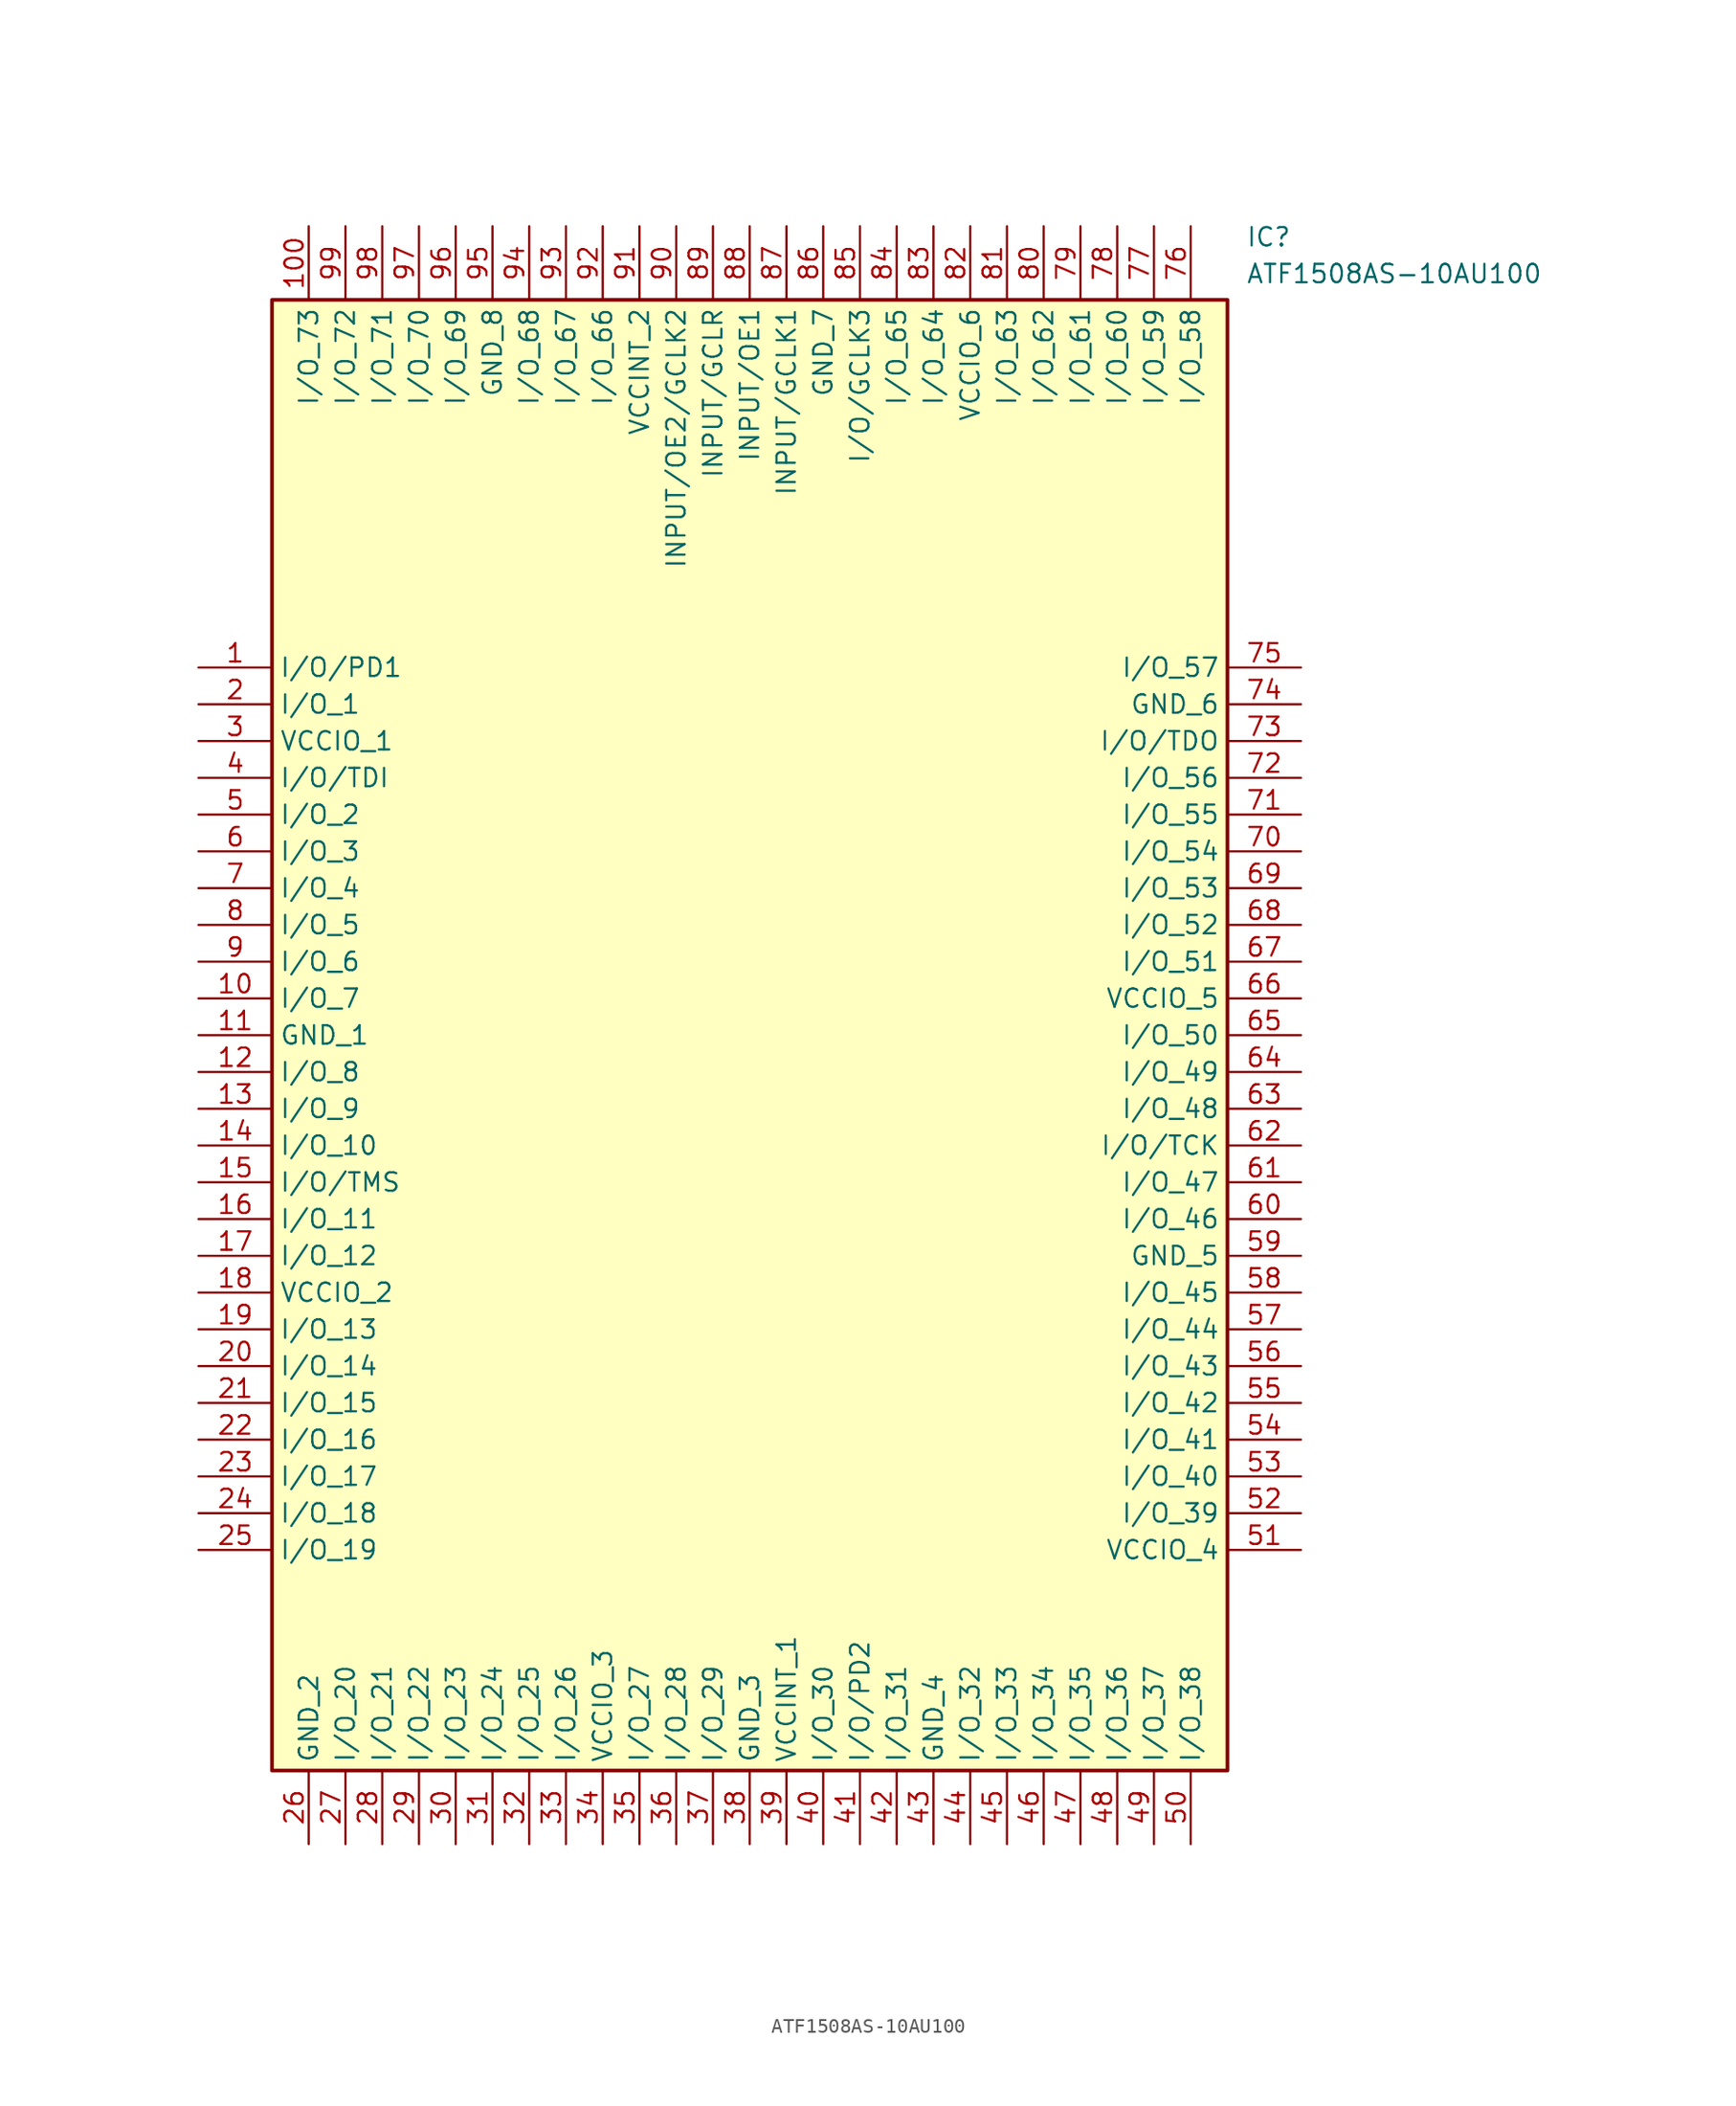
<source format=kicad_sym>
(kicad_symbol_lib
  (version 20211014)
  (generator SamacSys_ECAD_Model)
  (symbol "ATF1508AS-10AU100"
    (property "Reference" "IC"
      (at 72.39 30.48 0)
      (effects (font (size 1.27 1.27)) (justify left top)))
    (property "Value" "ATF1508AS-10AU100"
      (at 72.39 27.94 0)
      (effects (font (size 1.27 1.27)) (justify left top)))
    (rectangle
      (start 5.08 25.4)
      (end 71.12 -76.2)
      (stroke (width 0.254) (type default))
      (fill (type background)))
    (pin passive line
      (at 0 0 0)
      (length 5.08)
      (name "I/O/PD1" (effects (font (size 1.27 1.27))))
      (number "1" (effects (font (size 1.27 1.27)))))
    (pin passive line
      (at 0 -2.54 0)
      (length 5.08)
      (name "I/O_1" (effects (font (size 1.27 1.27))))
      (number "2" (effects (font (size 1.27 1.27)))))
    (pin passive line
      (at 0 -5.08 0)
      (length 5.08)
      (name "VCCIO_1" (effects (font (size 1.27 1.27))))
      (number "3" (effects (font (size 1.27 1.27)))))
    (pin passive line
      (at 0 -7.62 0)
      (length 5.08)
      (name "I/O/TDI" (effects (font (size 1.27 1.27))))
      (number "4" (effects (font (size 1.27 1.27)))))
    (pin passive line
      (at 0 -10.16 0)
      (length 5.08)
      (name "I/O_2" (effects (font (size 1.27 1.27))))
      (number "5" (effects (font (size 1.27 1.27)))))
    (pin passive line
      (at 0 -12.7 0)
      (length 5.08)
      (name "I/O_3" (effects (font (size 1.27 1.27))))
      (number "6" (effects (font (size 1.27 1.27)))))
    (pin passive line
      (at 0 -15.24 0)
      (length 5.08)
      (name "I/O_4" (effects (font (size 1.27 1.27))))
      (number "7" (effects (font (size 1.27 1.27)))))
    (pin passive line
      (at 0 -17.78 0)
      (length 5.08)
      (name "I/O_5" (effects (font (size 1.27 1.27))))
      (number "8" (effects (font (size 1.27 1.27)))))
    (pin passive line
      (at 0 -20.32 0)
      (length 5.08)
      (name "I/O_6" (effects (font (size 1.27 1.27))))
      (number "9" (effects (font (size 1.27 1.27)))))
    (pin passive line
      (at 0 -22.86 0)
      (length 5.08)
      (name "I/O_7" (effects (font (size 1.27 1.27))))
      (number "10" (effects (font (size 1.27 1.27)))))
    (pin passive line
      (at 0 -25.4 0)
      (length 5.08)
      (name "GND_1" (effects (font (size 1.27 1.27))))
      (number "11" (effects (font (size 1.27 1.27)))))
    (pin passive line
      (at 0 -27.94 0)
      (length 5.08)
      (name "I/O_8" (effects (font (size 1.27 1.27))))
      (number "12" (effects (font (size 1.27 1.27)))))
    (pin passive line
      (at 0 -30.48 0)
      (length 5.08)
      (name "I/O_9" (effects (font (size 1.27 1.27))))
      (number "13" (effects (font (size 1.27 1.27)))))
    (pin passive line
      (at 0 -33.02 0)
      (length 5.08)
      (name "I/O_10" (effects (font (size 1.27 1.27))))
      (number "14" (effects (font (size 1.27 1.27)))))
    (pin passive line
      (at 0 -35.56 0)
      (length 5.08)
      (name "I/O/TMS" (effects (font (size 1.27 1.27))))
      (number "15" (effects (font (size 1.27 1.27)))))
    (pin passive line
      (at 0 -38.1 0)
      (length 5.08)
      (name "I/O_11" (effects (font (size 1.27 1.27))))
      (number "16" (effects (font (size 1.27 1.27)))))
    (pin passive line
      (at 0 -40.64 0)
      (length 5.08)
      (name "I/O_12" (effects (font (size 1.27 1.27))))
      (number "17" (effects (font (size 1.27 1.27)))))
    (pin passive line
      (at 0 -43.18 0)
      (length 5.08)
      (name "VCCIO_2" (effects (font (size 1.27 1.27))))
      (number "18" (effects (font (size 1.27 1.27)))))
    (pin passive line
      (at 0 -45.72 0)
      (length 5.08)
      (name "I/O_13" (effects (font (size 1.27 1.27))))
      (number "19" (effects (font (size 1.27 1.27)))))
    (pin passive line
      (at 0 -48.26 0)
      (length 5.08)
      (name "I/O_14" (effects (font (size 1.27 1.27))))
      (number "20" (effects (font (size 1.27 1.27)))))
    (pin passive line
      (at 0 -50.8 0)
      (length 5.08)
      (name "I/O_15" (effects (font (size 1.27 1.27))))
      (number "21" (effects (font (size 1.27 1.27)))))
    (pin passive line
      (at 0 -53.34 0)
      (length 5.08)
      (name "I/O_16" (effects (font (size 1.27 1.27))))
      (number "22" (effects (font (size 1.27 1.27)))))
    (pin passive line
      (at 0 -55.88 0)
      (length 5.08)
      (name "I/O_17" (effects (font (size 1.27 1.27))))
      (number "23" (effects (font (size 1.27 1.27)))))
    (pin passive line
      (at 0 -58.42 0)
      (length 5.08)
      (name "I/O_18" (effects (font (size 1.27 1.27))))
      (number "24" (effects (font (size 1.27 1.27)))))
    (pin passive line
      (at 0 -60.96 0)
      (length 5.08)
      (name "I/O_19" (effects (font (size 1.27 1.27))))
      (number "25" (effects (font (size 1.27 1.27)))))
    (pin passive line
      (at 7.62 -81.28 90)
      (length 5.08)
      (name "GND_2" (effects (font (size 1.27 1.27))))
      (number "26" (effects (font (size 1.27 1.27)))))
    (pin passive line
      (at 10.16 -81.28 90)
      (length 5.08)
      (name "I/O_20" (effects (font (size 1.27 1.27))))
      (number "27" (effects (font (size 1.27 1.27)))))
    (pin passive line
      (at 12.7 -81.28 90)
      (length 5.08)
      (name "I/O_21" (effects (font (size 1.27 1.27))))
      (number "28" (effects (font (size 1.27 1.27)))))
    (pin passive line
      (at 15.24 -81.28 90)
      (length 5.08)
      (name "I/O_22" (effects (font (size 1.27 1.27))))
      (number "29" (effects (font (size 1.27 1.27)))))
    (pin passive line
      (at 17.78 -81.28 90)
      (length 5.08)
      (name "I/O_23" (effects (font (size 1.27 1.27))))
      (number "30" (effects (font (size 1.27 1.27)))))
    (pin passive line
      (at 20.32 -81.28 90)
      (length 5.08)
      (name "I/O_24" (effects (font (size 1.27 1.27))))
      (number "31" (effects (font (size 1.27 1.27)))))
    (pin passive line
      (at 22.86 -81.28 90)
      (length 5.08)
      (name "I/O_25" (effects (font (size 1.27 1.27))))
      (number "32" (effects (font (size 1.27 1.27)))))
    (pin passive line
      (at 25.4 -81.28 90)
      (length 5.08)
      (name "I/O_26" (effects (font (size 1.27 1.27))))
      (number "33" (effects (font (size 1.27 1.27)))))
    (pin passive line
      (at 27.94 -81.28 90)
      (length 5.08)
      (name "VCCIO_3" (effects (font (size 1.27 1.27))))
      (number "34" (effects (font (size 1.27 1.27)))))
    (pin passive line
      (at 30.48 -81.28 90)
      (length 5.08)
      (name "I/O_27" (effects (font (size 1.27 1.27))))
      (number "35" (effects (font (size 1.27 1.27)))))
    (pin passive line
      (at 33.02 -81.28 90)
      (length 5.08)
      (name "I/O_28" (effects (font (size 1.27 1.27))))
      (number "36" (effects (font (size 1.27 1.27)))))
    (pin passive line
      (at 35.56 -81.28 90)
      (length 5.08)
      (name "I/O_29" (effects (font (size 1.27 1.27))))
      (number "37" (effects (font (size 1.27 1.27)))))
    (pin passive line
      (at 38.1 -81.28 90)
      (length 5.08)
      (name "GND_3" (effects (font (size 1.27 1.27))))
      (number "38" (effects (font (size 1.27 1.27)))))
    (pin passive line
      (at 40.64 -81.28 90)
      (length 5.08)
      (name "VCCINT_1" (effects (font (size 1.27 1.27))))
      (number "39" (effects (font (size 1.27 1.27)))))
    (pin passive line
      (at 43.18 -81.28 90)
      (length 5.08)
      (name "I/O_30" (effects (font (size 1.27 1.27))))
      (number "40" (effects (font (size 1.27 1.27)))))
    (pin passive line
      (at 45.72 -81.28 90)
      (length 5.08)
      (name "I/O/PD2" (effects (font (size 1.27 1.27))))
      (number "41" (effects (font (size 1.27 1.27)))))
    (pin passive line
      (at 48.26 -81.28 90)
      (length 5.08)
      (name "I/O_31" (effects (font (size 1.27 1.27))))
      (number "42" (effects (font (size 1.27 1.27)))))
    (pin passive line
      (at 50.8 -81.28 90)
      (length 5.08)
      (name "GND_4" (effects (font (size 1.27 1.27))))
      (number "43" (effects (font (size 1.27 1.27)))))
    (pin passive line
      (at 53.34 -81.28 90)
      (length 5.08)
      (name "I/O_32" (effects (font (size 1.27 1.27))))
      (number "44" (effects (font (size 1.27 1.27)))))
    (pin passive line
      (at 55.88 -81.28 90)
      (length 5.08)
      (name "I/O_33" (effects (font (size 1.27 1.27))))
      (number "45" (effects (font (size 1.27 1.27)))))
    (pin passive line
      (at 58.42 -81.28 90)
      (length 5.08)
      (name "I/O_34" (effects (font (size 1.27 1.27))))
      (number "46" (effects (font (size 1.27 1.27)))))
    (pin passive line
      (at 60.96 -81.28 90)
      (length 5.08)
      (name "I/O_35" (effects (font (size 1.27 1.27))))
      (number "47" (effects (font (size 1.27 1.27)))))
    (pin passive line
      (at 63.5 -81.28 90)
      (length 5.08)
      (name "I/O_36" (effects (font (size 1.27 1.27))))
      (number "48" (effects (font (size 1.27 1.27)))))
    (pin passive line
      (at 66.04 -81.28 90)
      (length 5.08)
      (name "I/O_37" (effects (font (size 1.27 1.27))))
      (number "49" (effects (font (size 1.27 1.27)))))
    (pin passive line
      (at 68.58 -81.28 90)
      (length 5.08)
      (name "I/O_38" (effects (font (size 1.27 1.27))))
      (number "50" (effects (font (size 1.27 1.27)))))
    (pin passive line
      (at 76.2 0 180)
      (length 5.08)
      (name "I/O_57" (effects (font (size 1.27 1.27))))
      (number "75" (effects (font (size 1.27 1.27)))))
    (pin passive line
      (at 76.2 -2.54 180)
      (length 5.08)
      (name "GND_6" (effects (font (size 1.27 1.27))))
      (number "74" (effects (font (size 1.27 1.27)))))
    (pin passive line
      (at 76.2 -5.08 180)
      (length 5.08)
      (name "I/O/TDO" (effects (font (size 1.27 1.27))))
      (number "73" (effects (font (size 1.27 1.27)))))
    (pin passive line
      (at 76.2 -7.62 180)
      (length 5.08)
      (name "I/O_56" (effects (font (size 1.27 1.27))))
      (number "72" (effects (font (size 1.27 1.27)))))
    (pin passive line
      (at 76.2 -10.16 180)
      (length 5.08)
      (name "I/O_55" (effects (font (size 1.27 1.27))))
      (number "71" (effects (font (size 1.27 1.27)))))
    (pin passive line
      (at 76.2 -12.7 180)
      (length 5.08)
      (name "I/O_54" (effects (font (size 1.27 1.27))))
      (number "70" (effects (font (size 1.27 1.27)))))
    (pin passive line
      (at 76.2 -15.24 180)
      (length 5.08)
      (name "I/O_53" (effects (font (size 1.27 1.27))))
      (number "69" (effects (font (size 1.27 1.27)))))
    (pin passive line
      (at 76.2 -17.78 180)
      (length 5.08)
      (name "I/O_52" (effects (font (size 1.27 1.27))))
      (number "68" (effects (font (size 1.27 1.27)))))
    (pin passive line
      (at 76.2 -20.32 180)
      (length 5.08)
      (name "I/O_51" (effects (font (size 1.27 1.27))))
      (number "67" (effects (font (size 1.27 1.27)))))
    (pin passive line
      (at 76.2 -22.86 180)
      (length 5.08)
      (name "VCCIO_5" (effects (font (size 1.27 1.27))))
      (number "66" (effects (font (size 1.27 1.27)))))
    (pin passive line
      (at 76.2 -25.4 180)
      (length 5.08)
      (name "I/O_50" (effects (font (size 1.27 1.27))))
      (number "65" (effects (font (size 1.27 1.27)))))
    (pin passive line
      (at 76.2 -27.94 180)
      (length 5.08)
      (name "I/O_49" (effects (font (size 1.27 1.27))))
      (number "64" (effects (font (size 1.27 1.27)))))
    (pin passive line
      (at 76.2 -30.48 180)
      (length 5.08)
      (name "I/O_48" (effects (font (size 1.27 1.27))))
      (number "63" (effects (font (size 1.27 1.27)))))
    (pin passive line
      (at 76.2 -33.02 180)
      (length 5.08)
      (name "I/O/TCK" (effects (font (size 1.27 1.27))))
      (number "62" (effects (font (size 1.27 1.27)))))
    (pin passive line
      (at 76.2 -35.56 180)
      (length 5.08)
      (name "I/O_47" (effects (font (size 1.27 1.27))))
      (number "61" (effects (font (size 1.27 1.27)))))
    (pin passive line
      (at 76.2 -38.1 180)
      (length 5.08)
      (name "I/O_46" (effects (font (size 1.27 1.27))))
      (number "60" (effects (font (size 1.27 1.27)))))
    (pin passive line
      (at 76.2 -40.64 180)
      (length 5.08)
      (name "GND_5" (effects (font (size 1.27 1.27))))
      (number "59" (effects (font (size 1.27 1.27)))))
    (pin passive line
      (at 76.2 -43.18 180)
      (length 5.08)
      (name "I/O_45" (effects (font (size 1.27 1.27))))
      (number "58" (effects (font (size 1.27 1.27)))))
    (pin passive line
      (at 76.2 -45.72 180)
      (length 5.08)
      (name "I/O_44" (effects (font (size 1.27 1.27))))
      (number "57" (effects (font (size 1.27 1.27)))))
    (pin passive line
      (at 76.2 -48.26 180)
      (length 5.08)
      (name "I/O_43" (effects (font (size 1.27 1.27))))
      (number "56" (effects (font (size 1.27 1.27)))))
    (pin passive line
      (at 76.2 -50.8 180)
      (length 5.08)
      (name "I/O_42" (effects (font (size 1.27 1.27))))
      (number "55" (effects (font (size 1.27 1.27)))))
    (pin passive line
      (at 76.2 -53.34 180)
      (length 5.08)
      (name "I/O_41" (effects (font (size 1.27 1.27))))
      (number "54" (effects (font (size 1.27 1.27)))))
    (pin passive line
      (at 76.2 -55.88 180)
      (length 5.08)
      (name "I/O_40" (effects (font (size 1.27 1.27))))
      (number "53" (effects (font (size 1.27 1.27)))))
    (pin passive line
      (at 76.2 -58.42 180)
      (length 5.08)
      (name "I/O_39" (effects (font (size 1.27 1.27))))
      (number "52" (effects (font (size 1.27 1.27)))))
    (pin passive line
      (at 76.2 -60.96 180)
      (length 5.08)
      (name "VCCIO_4" (effects (font (size 1.27 1.27))))
      (number "51" (effects (font (size 1.27 1.27)))))
    (pin passive line
      (at 7.62 30.48 270)
      (length 5.08)
      (name "I/O_73" (effects (font (size 1.27 1.27))))
      (number "100" (effects (font (size 1.27 1.27)))))
    (pin passive line
      (at 10.16 30.48 270)
      (length 5.08)
      (name "I/O_72" (effects (font (size 1.27 1.27))))
      (number "99" (effects (font (size 1.27 1.27)))))
    (pin passive line
      (at 12.7 30.48 270)
      (length 5.08)
      (name "I/O_71" (effects (font (size 1.27 1.27))))
      (number "98" (effects (font (size 1.27 1.27)))))
    (pin passive line
      (at 15.24 30.48 270)
      (length 5.08)
      (name "I/O_70" (effects (font (size 1.27 1.27))))
      (number "97" (effects (font (size 1.27 1.27)))))
    (pin passive line
      (at 17.78 30.48 270)
      (length 5.08)
      (name "I/O_69" (effects (font (size 1.27 1.27))))
      (number "96" (effects (font (size 1.27 1.27)))))
    (pin passive line
      (at 20.32 30.48 270)
      (length 5.08)
      (name "GND_8" (effects (font (size 1.27 1.27))))
      (number "95" (effects (font (size 1.27 1.27)))))
    (pin passive line
      (at 22.86 30.48 270)
      (length 5.08)
      (name "I/O_68" (effects (font (size 1.27 1.27))))
      (number "94" (effects (font (size 1.27 1.27)))))
    (pin passive line
      (at 25.4 30.48 270)
      (length 5.08)
      (name "I/O_67" (effects (font (size 1.27 1.27))))
      (number "93" (effects (font (size 1.27 1.27)))))
    (pin passive line
      (at 27.94 30.48 270)
      (length 5.08)
      (name "I/O_66" (effects (font (size 1.27 1.27))))
      (number "92" (effects (font (size 1.27 1.27)))))
    (pin passive line
      (at 30.48 30.48 270)
      (length 5.08)
      (name "VCCINT_2" (effects (font (size 1.27 1.27))))
      (number "91" (effects (font (size 1.27 1.27)))))
    (pin passive line
      (at 33.02 30.48 270)
      (length 5.08)
      (name "INPUT/OE2/GCLK2" (effects (font (size 1.27 1.27))))
      (number "90" (effects (font (size 1.27 1.27)))))
    (pin passive line
      (at 35.56 30.48 270)
      (length 5.08)
      (name "INPUT/GCLR" (effects (font (size 1.27 1.27))))
      (number "89" (effects (font (size 1.27 1.27)))))
    (pin passive line
      (at 38.1 30.48 270)
      (length 5.08)
      (name "INPUT/OE1" (effects (font (size 1.27 1.27))))
      (number "88" (effects (font (size 1.27 1.27)))))
    (pin passive line
      (at 40.64 30.48 270)
      (length 5.08)
      (name "INPUT/GCLK1" (effects (font (size 1.27 1.27))))
      (number "87" (effects (font (size 1.27 1.27)))))
    (pin passive line
      (at 43.18 30.48 270)
      (length 5.08)
      (name "GND_7" (effects (font (size 1.27 1.27))))
      (number "86" (effects (font (size 1.27 1.27)))))
    (pin passive line
      (at 45.72 30.48 270)
      (length 5.08)
      (name "I/O/GCLK3" (effects (font (size 1.27 1.27))))
      (number "85" (effects (font (size 1.27 1.27)))))
    (pin passive line
      (at 48.26 30.48 270)
      (length 5.08)
      (name "I/O_65" (effects (font (size 1.27 1.27))))
      (number "84" (effects (font (size 1.27 1.27)))))
    (pin passive line
      (at 50.8 30.48 270)
      (length 5.08)
      (name "I/O_64" (effects (font (size 1.27 1.27))))
      (number "83" (effects (font (size 1.27 1.27)))))
    (pin passive line
      (at 53.34 30.48 270)
      (length 5.08)
      (name "VCCIO_6" (effects (font (size 1.27 1.27))))
      (number "82" (effects (font (size 1.27 1.27)))))
    (pin passive line
      (at 55.88 30.48 270)
      (length 5.08)
      (name "I/O_63" (effects (font (size 1.27 1.27))))
      (number "81" (effects (font (size 1.27 1.27)))))
    (pin passive line
      (at 58.42 30.48 270)
      (length 5.08)
      (name "I/O_62" (effects (font (size 1.27 1.27))))
      (number "80" (effects (font (size 1.27 1.27)))))
    (pin passive line
      (at 60.96 30.48 270)
      (length 5.08)
      (name "I/O_61" (effects (font (size 1.27 1.27))))
      (number "79" (effects (font (size 1.27 1.27)))))
    (pin passive line
      (at 63.5 30.48 270)
      (length 5.08)
      (name "I/O_60" (effects (font (size 1.27 1.27))))
      (number "78" (effects (font (size 1.27 1.27)))))
    (pin passive line
      (at 66.04 30.48 270)
      (length 5.08)
      (name "I/O_59" (effects (font (size 1.27 1.27))))
      (number "77" (effects (font (size 1.27 1.27)))))
    (pin passive line
      (at 68.58 30.48 270)
      (length 5.08)
      (name "I/O_58" (effects (font (size 1.27 1.27))))
      (number "76" (effects (font (size 1.27 1.27)))))))
</source>
